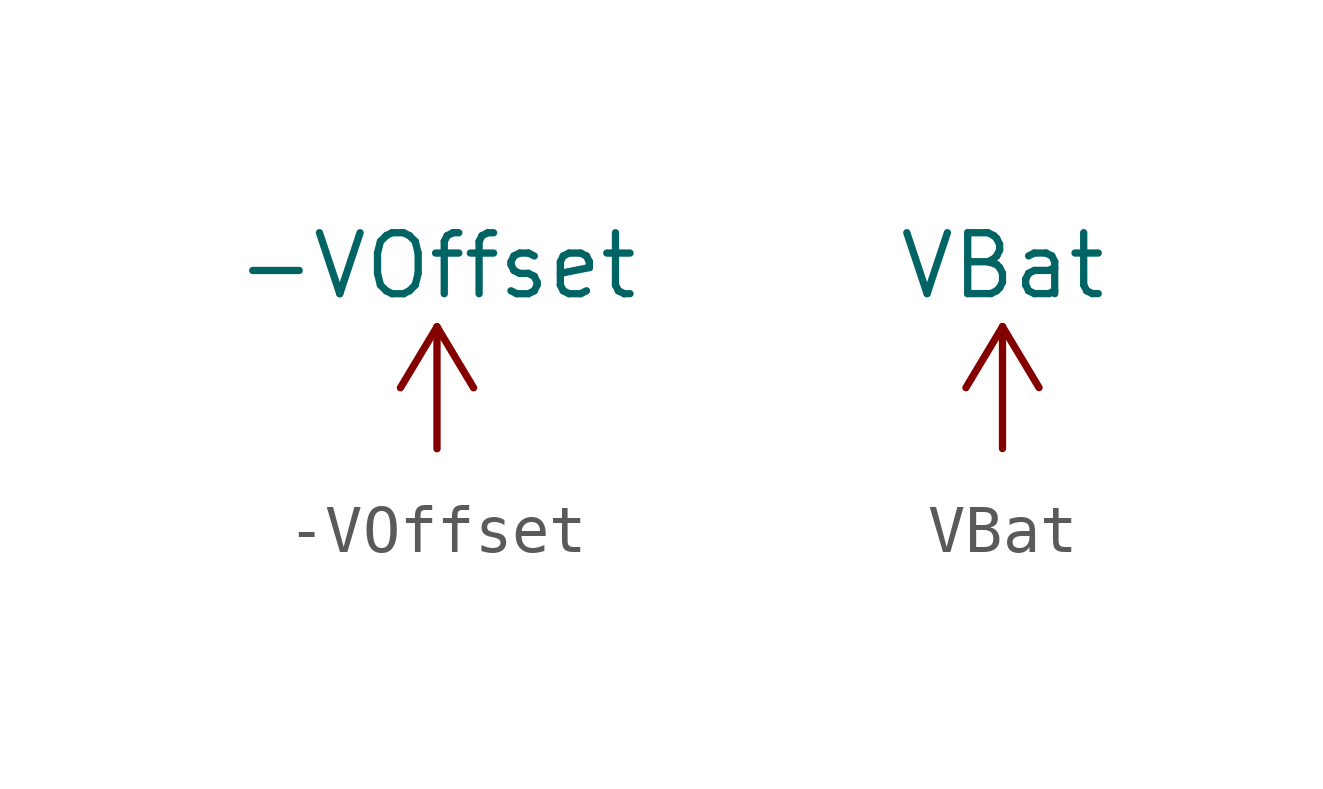
<source format=kicad_sym>
(kicad_symbol_lib
  (version 20220914)
  (generator kicad_symbol_editor)
  (symbol "-VOffset"
    (power)
    (pin_names
      (offset 0))
    (property "Reference" "#PWR"
      (at 0 -3.81 0)
      (effects (font (size 1.27 1.27)) hide))
    (property "Value" "-VOffset"
      (at 0 3.81 0)
      (effects (font (size 1.27 1.27))))
    (symbol "-VOffset_0_1"
      (polyline (pts (xy -0.762 1.27) (xy 0 2.54)) (stroke (width 0) (type default)) (fill (type none)))
      (polyline (pts (xy 0 0) (xy 0 2.54)) (stroke (width 0) (type default)) (fill (type none)))
      (polyline (pts (xy 0 2.54) (xy 0.762 1.27)) (stroke (width 0) (type default)) (fill (type none))))
    (symbol "-VOffset_1_1"
      (pin power_in line (at 0 0 90) (length 0) hide (name "-VOffset" (effects (font (size 1.27 1.27)))) (number "1" (effects (font (size 1.27 1.27)))))))
  (symbol "VBat"
    (power)
    (pin_names
      (offset 0))
    (property "Reference" "#PWR"
      (at 0 -3.81 0)
      (effects (font (size 1.27 1.27)) hide))
    (property "Value" "VBat"
      (at 0 3.81 0)
      (effects (font (size 1.27 1.27))))
    (symbol "VBat_0_1"
      (polyline (pts (xy -0.762 1.27) (xy 0 2.54)) (stroke (width 0) (type default)) (fill (type none)))
      (polyline (pts (xy 0 0) (xy 0 2.54)) (stroke (width 0) (type default)) (fill (type none)))
      (polyline (pts (xy 0 2.54) (xy 0.762 1.27)) (stroke (width 0) (type default)) (fill (type none))))
    (symbol "VBat_1_1"
      (pin power_in line (at 0 0 90) (length 0) hide (name "VBat" (effects (font (size 1.27 1.27)))) (number "1" (effects (font (size 1.27 1.27))))))))
</source>
